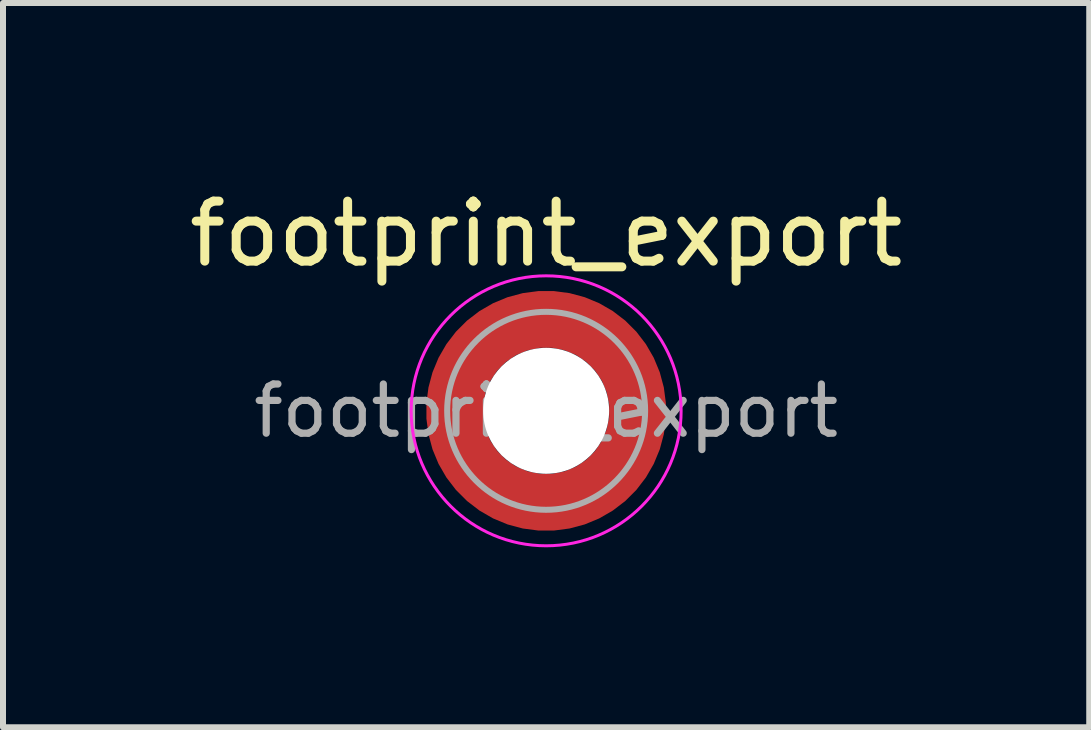
<source format=kicad_pcb>
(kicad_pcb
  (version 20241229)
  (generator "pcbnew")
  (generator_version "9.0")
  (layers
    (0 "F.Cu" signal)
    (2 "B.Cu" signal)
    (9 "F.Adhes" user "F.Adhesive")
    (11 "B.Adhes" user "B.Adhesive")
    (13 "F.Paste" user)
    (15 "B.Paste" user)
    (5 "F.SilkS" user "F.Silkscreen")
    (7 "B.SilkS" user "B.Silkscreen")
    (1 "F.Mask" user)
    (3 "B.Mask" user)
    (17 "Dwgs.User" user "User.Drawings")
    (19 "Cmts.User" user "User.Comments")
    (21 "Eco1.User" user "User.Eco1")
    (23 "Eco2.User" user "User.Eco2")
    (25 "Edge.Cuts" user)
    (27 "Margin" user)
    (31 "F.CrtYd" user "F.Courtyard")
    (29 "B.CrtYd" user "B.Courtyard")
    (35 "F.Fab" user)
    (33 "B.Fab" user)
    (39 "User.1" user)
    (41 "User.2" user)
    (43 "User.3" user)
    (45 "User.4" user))
  (footprint "footprint_export"
    (layer "F.Cu")
    (at 6.054 3.798)
    (property "Reference" "footprint_export" (at 0 -2.95 0) (layer "F.SilkS") (effects (font (size 1 1) (thickness 0.15))))
    (attr smd)
    (fp_circle (center 0 0) (end 2.25 0) (stroke (width 0.05) (type solid)) (fill no) (layer "F.CrtYd"))
    (fp_circle (center 0 0) (end 1.65 0) (stroke (width 0.1) (type solid)) (fill no) (layer "F.Fab"))
    (fp_text user "${REFERENCE}" (at 0 0 0) (layer "F.Fab") (effects (font (size 0.82 0.82) (thickness 0.12))))
    (pad "" smd custom (at -1.061 -1.061) (size 0.4 0.4) (layers "F.Paste") (options (anchor circle)) (primitives (gr_arc (start -0.101235 0.76066) (mid 0.211799 0.212465) (end 0.759748 -0.100999) (width 0.2)) (gr_arc (start -0.204251 0.76066) (mid 0.141299 0.141544) (end 0.760323 -0.204171) (width 0.2)) (gr_arc (start -0.306819 0.76066) (mid 0.070255 0.071167) (end 0.759401 -0.306542) (width 0.2)) (gr_arc (start -0.409034 0.76066) (mid -0.000242 0.000241) (end 0.759991 -0.408897) (width 0.2)) (gr_arc (start -0.510963 0.76066) (mid -0.071561 -0.06986) (end 0.758297 -0.51051) (width 0.2)) (gr_arc (start -0.61266 0.76066) (mid -0.142171 -0.140671) (end 0.758572 -0.612284) (width 0.2)) (gr_arc (start -0.714164 0.76066) (mid -0.212264 -0.212) (end 0.760292 -0.714102) (width 0.2)) (gr_line (start 0.761 -0.101) (end 0.761 -0.714) (width 0.2)) (gr_line (start -0.101 0.761) (end -0.714 0.761) (width 0.2))))
    (pad "" smd custom (at -1.061 1.061) (size 0.4 0.4) (layers "F.Paste") (options (anchor circle)) (primitives (gr_arc (start 0.76066 0.101235) (mid 0.212465 -0.211799) (end -0.100999 -0.759748) (width 0.2)) (gr_arc (start 0.76066 0.204251) (mid 0.141544 -0.141299) (end -0.204171 -0.760323) (width 0.2)) (gr_arc (start 0.76066 0.306819) (mid 0.071167 -0.070255) (end -0.306542 -0.759401) (width 0.2)) (gr_arc (start 0.76066 0.409034) (mid 0.000241 0.000242) (end -0.408897 -0.759991) (width 0.2)) (gr_arc (start 0.76066 0.510963) (mid -0.06986 0.071561) (end -0.51051 -0.758297) (width 0.2)) (gr_arc (start 0.76066 0.61266) (mid -0.140671 0.142171) (end -0.612284 -0.758572) (width 0.2)) (gr_arc (start 0.76066 0.714164) (mid -0.212 0.212264) (end -0.714102 -0.760292) (width 0.2)) (gr_line (start -0.101 -0.761) (end -0.714 -0.761) (width 0.2)) (gr_line (start 0.761 0.101) (end 0.761 0.714) (width 0.2))))
    (pad "" np_thru_hole circle (at 0 0) (size 2.1 2.1) (drill 2.1) (layers "*.Cu" "*.Mask"))
    (pad "" smd custom (at 1.061 -1.061) (size 0.4 0.4) (layers "F.Paste") (options (anchor circle)) (primitives (gr_arc (start -0.76066 -0.101235) (mid -0.212465 0.211799) (end 0.100999 0.759748) (width 0.2)) (gr_arc (start -0.76066 -0.204251) (mid -0.141544 0.141299) (end 0.204171 0.760323) (width 0.2)) (gr_arc (start -0.76066 -0.306819) (mid -0.071167 0.070255) (end 0.306542 0.759401) (width 0.2)) (gr_arc (start -0.76066 -0.409034) (mid -0.000241 -0.000242) (end 0.408897 0.759991) (width 0.2)) (gr_arc (start -0.76066 -0.510963) (mid 0.06986 -0.071561) (end 0.51051 0.758297) (width 0.2)) (gr_arc (start -0.76066 -0.61266) (mid 0.140671 -0.142171) (end 0.612284 0.758572) (width 0.2)) (gr_arc (start -0.76066 -0.714164) (mid 0.212 -0.212264) (end 0.714102 0.760292) (width 0.2)) (gr_line (start 0.101 0.761) (end 0.714 0.761) (width 0.2)) (gr_line (start -0.761 -0.101) (end -0.761 -0.714) (width 0.2))))
    (pad "" smd custom (at 1.061 1.061) (size 0.4 0.4) (layers "F.Paste") (options (anchor circle)) (primitives (gr_arc (start 0.101235 -0.76066) (mid -0.211799 -0.212465) (end -0.759748 0.100999) (width 0.2)) (gr_arc (start 0.204251 -0.76066) (mid -0.141299 -0.141544) (end -0.760323 0.204171) (width 0.2)) (gr_arc (start 0.306819 -0.76066) (mid -0.070255 -0.071167) (end -0.759401 0.306542) (width 0.2)) (gr_arc (start 0.409034 -0.76066) (mid 0.000242 -0.000241) (end -0.759991 0.408897) (width 0.2)) (gr_arc (start 0.510963 -0.76066) (mid 0.071561 0.06986) (end -0.758297 0.51051) (width 0.2)) (gr_arc (start 0.61266 -0.76066) (mid 0.142171 0.140671) (end -0.758572 0.612284) (width 0.2)) (gr_arc (start 0.714164 -0.76066) (mid 0.212264 0.212) (end -0.760292 0.714102) (width 0.2)) (gr_line (start -0.761 0.101) (end -0.761 0.714) (width 0.2)) (gr_line (start 0.101 -0.761) (end 0.714 -0.761) (width 0.2))))
    (pad "1" smd circle (at -1.525 0) (size 0.55 0.55) (layers "F.Cu"))
    (pad "1" smd circle (at 0 -1.525) (size 0.55 0.55) (layers "F.Cu"))
    (pad "1" smd circle (at 0 1.525) (size 0.55 0.55) (layers "F.Cu"))
    (pad "1" smd custom (at 1.525 0) (size 0.55 0.55) (layers "F.Cu" "F.Mask") (options (anchor circle)) (primitives (gr_circle (center -1.525 0) (end 0 0) (width 0.95) (fill no)))))
  (gr_rect
    (start -3 -3)
    (end 15.107 9.073)
    (stroke (width 0.1) (type default))
    (fill no)
    (layer "Edge.Cuts")))
</source>
